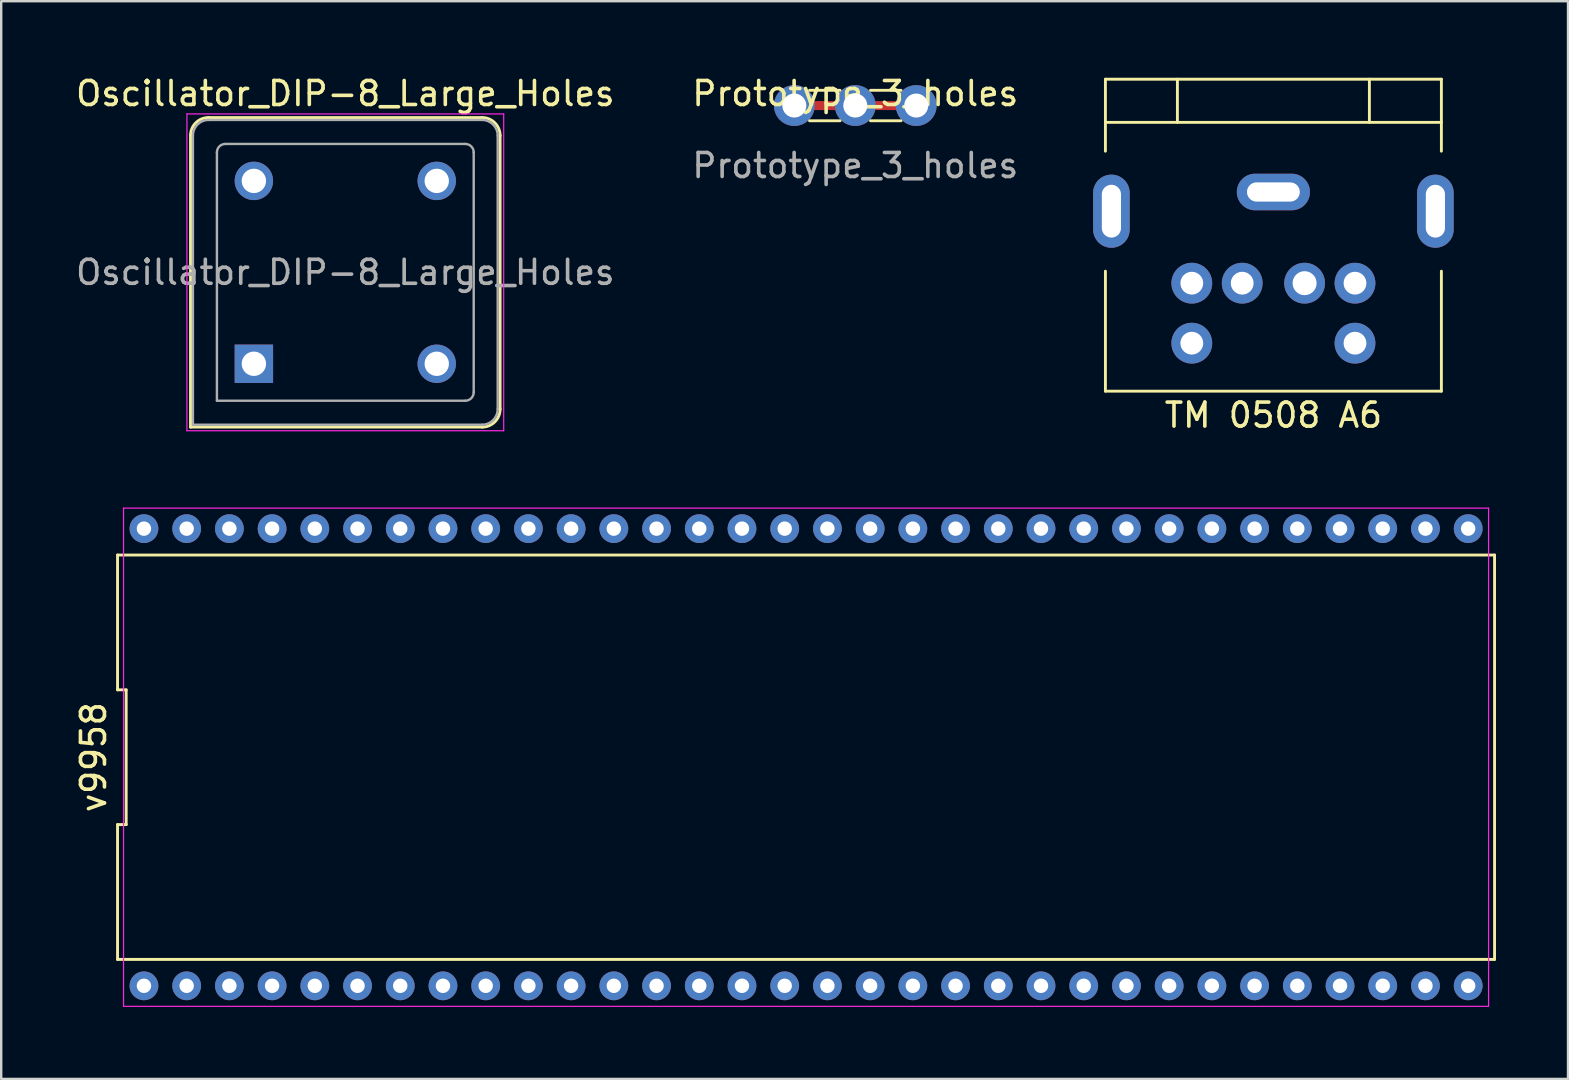
<source format=kicad_pcb>
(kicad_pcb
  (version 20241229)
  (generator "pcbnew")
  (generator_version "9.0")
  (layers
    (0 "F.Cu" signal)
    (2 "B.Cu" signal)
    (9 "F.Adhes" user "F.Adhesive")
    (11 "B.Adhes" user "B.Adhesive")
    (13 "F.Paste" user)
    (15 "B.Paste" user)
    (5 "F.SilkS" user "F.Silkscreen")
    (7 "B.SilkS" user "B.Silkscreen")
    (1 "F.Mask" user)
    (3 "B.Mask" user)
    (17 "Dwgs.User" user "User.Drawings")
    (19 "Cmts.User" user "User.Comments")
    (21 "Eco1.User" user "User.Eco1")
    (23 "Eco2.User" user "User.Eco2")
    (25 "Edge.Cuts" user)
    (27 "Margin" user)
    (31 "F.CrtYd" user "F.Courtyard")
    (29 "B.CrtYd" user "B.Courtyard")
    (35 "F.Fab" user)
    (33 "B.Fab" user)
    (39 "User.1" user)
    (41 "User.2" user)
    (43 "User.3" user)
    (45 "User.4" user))
  (footprint "v9958"
    (layer "F.Cu")
    (at 30.538 28.503)
    (property "Reference" "v9958" (at -29.69 0 90) (layer "F.SilkS") (effects (font (size 1 1) (thickness 0.15))))
    (fp_line (start -28.69 -8.425) (end -28.69 -2.808) (stroke (width 0.12) (type solid)) (layer "F.SilkS"))
    (fp_line (start -28.69 -2.808) (end -28.33 -2.808) (stroke (width 0.12) (type solid)) (layer "F.SilkS"))
    (fp_line (start -28.69 2.808) (end -28.69 8.425) (stroke (width 0.12) (type solid)) (layer "F.SilkS"))
    (fp_line (start -28.69 8.425) (end 28.69 8.425) (stroke (width 0.12) (type solid)) (layer "F.SilkS"))
    (fp_line (start -28.33 -2.808) (end -28.33 2.808) (stroke (width 0.12) (type solid)) (layer "F.SilkS"))
    (fp_line (start -28.33 2.808) (end -28.69 2.808) (stroke (width 0.12) (type solid)) (layer "F.SilkS"))
    (fp_line (start 28.69 -8.425) (end -28.69 -8.425) (stroke (width 0.12) (type solid)) (layer "F.SilkS"))
    (fp_line (start 28.69 8.425) (end 28.69 -8.425) (stroke (width 0.12) (type solid)) (layer "F.SilkS"))
    (fp_line (start -28.44 -10.38) (end 28.44 -10.38) (stroke (width 0.05) (type solid)) (layer "F.CrtYd"))
    (fp_line (start -28.44 10.38) (end -28.44 -10.38) (stroke (width 0.05) (type solid)) (layer "F.CrtYd"))
    (fp_line (start 28.44 -10.38) (end 28.44 10.38) (stroke (width 0.05) (type solid)) (layer "F.CrtYd"))
    (fp_line (start 28.44 10.38) (end -28.44 10.38) (stroke (width 0.05) (type solid)) (layer "F.CrtYd"))
    (pad "1" thru_hole circle (at -27.59 9.525) (size 1.2 1.2) (drill 0.6) (layers "*.Cu" "*.Mask"))
    (pad "2" thru_hole circle (at -25.81 9.525) (size 1.2 1.2) (drill 0.6) (layers "*.Cu" "*.Mask"))
    (pad "3" thru_hole circle (at -24.03 9.525) (size 1.2 1.2) (drill 0.6) (layers "*.Cu" "*.Mask"))
    (pad "4" thru_hole circle (at -22.25 9.525) (size 1.2 1.2) (drill 0.6) (layers "*.Cu" "*.Mask"))
    (pad "5" thru_hole circle (at -20.47 9.525) (size 1.2 1.2) (drill 0.6) (layers "*.Cu" "*.Mask"))
    (pad "6" thru_hole circle (at -18.69 9.525) (size 1.2 1.2) (drill 0.6) (layers "*.Cu" "*.Mask"))
    (pad "7" thru_hole circle (at -16.91 9.525) (size 1.2 1.2) (drill 0.6) (layers "*.Cu" "*.Mask"))
    (pad "8" thru_hole circle (at -15.13 9.525) (size 1.2 1.2) (drill 0.6) (layers "*.Cu" "*.Mask"))
    (pad "9" thru_hole circle (at -13.35 9.525) (size 1.2 1.2) (drill 0.6) (layers "*.Cu" "*.Mask"))
    (pad "10" thru_hole circle (at -11.57 9.525) (size 1.2 1.2) (drill 0.6) (layers "*.Cu" "*.Mask"))
    (pad "11" thru_hole circle (at -9.79 9.525) (size 1.2 1.2) (drill 0.6) (layers "*.Cu" "*.Mask"))
    (pad "12" thru_hole circle (at -8.01 9.525) (size 1.2 1.2) (drill 0.6) (layers "*.Cu" "*.Mask"))
    (pad "13" thru_hole circle (at -6.23 9.525) (size 1.2 1.2) (drill 0.6) (layers "*.Cu" "*.Mask"))
    (pad "14" thru_hole circle (at -4.45 9.525) (size 1.2 1.2) (drill 0.6) (layers "*.Cu" "*.Mask"))
    (pad "15" thru_hole circle (at -2.67 9.525) (size 1.2 1.2) (drill 0.6) (layers "*.Cu" "*.Mask"))
    (pad "16" thru_hole circle (at -0.89 9.525) (size 1.2 1.2) (drill 0.6) (layers "*.Cu" "*.Mask"))
    (pad "17" thru_hole circle (at 0.89 9.525) (size 1.2 1.2) (drill 0.6) (layers "*.Cu" "*.Mask"))
    (pad "18" thru_hole circle (at 2.67 9.525) (size 1.2 1.2) (drill 0.6) (layers "*.Cu" "*.Mask"))
    (pad "19" thru_hole circle (at 4.45 9.525) (size 1.2 1.2) (drill 0.6) (layers "*.Cu" "*.Mask"))
    (pad "20" thru_hole circle (at 6.23 9.525) (size 1.2 1.2) (drill 0.6) (layers "*.Cu" "*.Mask"))
    (pad "21" thru_hole circle (at 8.01 9.525) (size 1.2 1.2) (drill 0.6) (layers "*.Cu" "*.Mask"))
    (pad "22" thru_hole circle (at 9.79 9.525) (size 1.2 1.2) (drill 0.6) (layers "*.Cu" "*.Mask"))
    (pad "23" thru_hole circle (at 11.57 9.525) (size 1.2 1.2) (drill 0.6) (layers "*.Cu" "*.Mask"))
    (pad "24" thru_hole circle (at 13.35 9.525) (size 1.2 1.2) (drill 0.6) (layers "*.Cu" "*.Mask"))
    (pad "25" thru_hole circle (at 15.13 9.525) (size 1.2 1.2) (drill 0.6) (layers "*.Cu" "*.Mask"))
    (pad "26" thru_hole circle (at 16.91 9.525) (size 1.2 1.2) (drill 0.6) (layers "*.Cu" "*.Mask"))
    (pad "27" thru_hole circle (at 18.69 9.525) (size 1.2 1.2) (drill 0.6) (layers "*.Cu" "*.Mask"))
    (pad "28" thru_hole circle (at 20.47 9.525) (size 1.2 1.2) (drill 0.6) (layers "*.Cu" "*.Mask"))
    (pad "29" thru_hole circle (at 22.25 9.525) (size 1.2 1.2) (drill 0.6) (layers "*.Cu" "*.Mask"))
    (pad "30" thru_hole circle (at 24.03 9.525) (size 1.2 1.2) (drill 0.6) (layers "*.Cu" "*.Mask"))
    (pad "31" thru_hole circle (at 25.81 9.525) (size 1.2 1.2) (drill 0.6) (layers "*.Cu" "*.Mask"))
    (pad "32" thru_hole circle (at 27.59 9.525) (size 1.2 1.2) (drill 0.6) (layers "*.Cu" "*.Mask"))
    (pad "33" thru_hole circle (at 27.59 -9.525) (size 1.2 1.2) (drill 0.6) (layers "*.Cu" "*.Mask"))
    (pad "34" thru_hole circle (at 25.81 -9.525) (size 1.2 1.2) (drill 0.6) (layers "*.Cu" "*.Mask"))
    (pad "35" thru_hole circle (at 24.03 -9.525) (size 1.2 1.2) (drill 0.6) (layers "*.Cu" "*.Mask"))
    (pad "36" thru_hole circle (at 22.25 -9.525) (size 1.2 1.2) (drill 0.6) (layers "*.Cu" "*.Mask"))
    (pad "37" thru_hole circle (at 20.47 -9.525) (size 1.2 1.2) (drill 0.6) (layers "*.Cu" "*.Mask"))
    (pad "38" thru_hole circle (at 18.69 -9.525) (size 1.2 1.2) (drill 0.6) (layers "*.Cu" "*.Mask"))
    (pad "39" thru_hole circle (at 16.91 -9.525) (size 1.2 1.2) (drill 0.6) (layers "*.Cu" "*.Mask"))
    (pad "40" thru_hole circle (at 15.13 -9.525) (size 1.2 1.2) (drill 0.6) (layers "*.Cu" "*.Mask"))
    (pad "41" thru_hole circle (at 13.35 -9.525) (size 1.2 1.2) (drill 0.6) (layers "*.Cu" "*.Mask"))
    (pad "42" thru_hole circle (at 11.57 -9.525) (size 1.2 1.2) (drill 0.6) (layers "*.Cu" "*.Mask"))
    (pad "43" thru_hole circle (at 9.79 -9.525) (size 1.2 1.2) (drill 0.6) (layers "*.Cu" "*.Mask"))
    (pad "44" thru_hole circle (at 8.01 -9.525) (size 1.2 1.2) (drill 0.6) (layers "*.Cu" "*.Mask"))
    (pad "45" thru_hole circle (at 6.23 -9.525) (size 1.2 1.2) (drill 0.6) (layers "*.Cu" "*.Mask"))
    (pad "46" thru_hole circle (at 4.45 -9.525) (size 1.2 1.2) (drill 0.6) (layers "*.Cu" "*.Mask"))
    (pad "47" thru_hole circle (at 2.67 -9.525) (size 1.2 1.2) (drill 0.6) (layers "*.Cu" "*.Mask"))
    (pad "48" thru_hole circle (at 0.89 -9.525) (size 1.2 1.2) (drill 0.6) (layers "*.Cu" "*.Mask"))
    (pad "49" thru_hole circle (at -0.89 -9.525) (size 1.2 1.2) (drill 0.6) (layers "*.Cu" "*.Mask"))
    (pad "50" thru_hole circle (at -2.67 -9.525) (size 1.2 1.2) (drill 0.6) (layers "*.Cu" "*.Mask"))
    (pad "51" thru_hole circle (at -4.45 -9.525) (size 1.2 1.2) (drill 0.6) (layers "*.Cu" "*.Mask"))
    (pad "52" thru_hole circle (at -6.23 -9.525) (size 1.2 1.2) (drill 0.6) (layers "*.Cu" "*.Mask"))
    (pad "53" thru_hole circle (at -8.01 -9.525) (size 1.2 1.2) (drill 0.6) (layers "*.Cu" "*.Mask"))
    (pad "54" thru_hole circle (at -9.79 -9.525) (size 1.2 1.2) (drill 0.6) (layers "*.Cu" "*.Mask"))
    (pad "55" thru_hole circle (at -11.57 -9.525) (size 1.2 1.2) (drill 0.6) (layers "*.Cu" "*.Mask"))
    (pad "56" thru_hole circle (at -13.35 -9.525) (size 1.2 1.2) (drill 0.6) (layers "*.Cu" "*.Mask"))
    (pad "57" thru_hole circle (at -15.13 -9.525) (size 1.2 1.2) (drill 0.6) (layers "*.Cu" "*.Mask"))
    (pad "58" thru_hole circle (at -16.91 -9.525) (size 1.2 1.2) (drill 0.6) (layers "*.Cu" "*.Mask"))
    (pad "59" thru_hole circle (at -18.69 -9.525) (size 1.2 1.2) (drill 0.6) (layers "*.Cu" "*.Mask"))
    (pad "60" thru_hole circle (at -20.47 -9.525) (size 1.2 1.2) (drill 0.6) (layers "*.Cu" "*.Mask"))
    (pad "61" thru_hole circle (at -22.25 -9.525) (size 1.2 1.2) (drill 0.6) (layers "*.Cu" "*.Mask"))
    (pad "62" thru_hole circle (at -24.03 -9.525) (size 1.2 1.2) (drill 0.6) (layers "*.Cu" "*.Mask"))
    (pad "63" thru_hole circle (at -25.81 -9.525) (size 1.2 1.2) (drill 0.6) (layers "*.Cu" "*.Mask"))
    (pad "64" thru_hole circle (at -27.59 -9.525) (size 1.2 1.2) (drill 0.6) (layers "*.Cu" "*.Mask")))
  (footprint "Prototype_3_holes"
    (layer "F.Cu")
    (at 32.589 1.348)
    (property "Reference" "Prototype_3_holes" (at 0 -0.5 0) (unlocked yes) (layer "F.SilkS") (effects (font (size 1 1) (thickness 0.15))))
    (attr through_hole)
    (fp_rect (start -2.54 -0.127) (end 2.54 0.127) (stroke (width 0.12) (type solid)) (fill yes) (layer "F.Cu"))
    (fp_line (start -1.905 -0.635) (end -0.635 -0.635) (stroke (width 0.12) (type solid)) (layer "F.SilkS"))
    (fp_line (start -1.905 0.635) (end -0.635 0.635) (stroke (width 0.12) (type solid)) (layer "F.SilkS"))
    (fp_line (start 0.635 -0.635) (end 1.905 -0.635) (stroke (width 0.12) (type solid)) (layer "F.SilkS"))
    (fp_line (start 0.635 0.635) (end 1.905 0.635) (stroke (width 0.12) (type solid)) (layer "F.SilkS"))
    (fp_text user "${REFERENCE}" (at 0 2.5 0) (unlocked yes) (layer "F.Fab") (effects (font (size 1 1) (thickness 0.15))))
    (pad "1" thru_hole circle (at -2.54 0) (size 1.7 1.7) (drill 1) (layers "*.Cu" "*.Mask"))
    (pad "1" thru_hole circle (at 0 0) (size 1.7 1.7) (drill 1) (layers "*.Cu" "*.Mask"))
    (pad "1" thru_hole circle (at 2.54 0) (size 1.7 1.7) (drill 1) (layers "*.Cu" "*.Mask")))
  (footprint "TM 0508 A6"
    (layer "F.Cu")
    (at 50.012 0.25)
    (property "Reference" "TM 0508 A6" (at 0 14 0) (layer "F.SilkS") (effects (font (size 1 1) (thickness 0.15))))
    (attr through_hole)
    (fp_line (start -7 0) (end -7 3) (stroke (width 0.12) (type solid)) (layer "F.SilkS"))
    (fp_line (start -7 0) (end 7 0) (stroke (width 0.12) (type solid)) (layer "F.SilkS"))
    (fp_line (start -7 1.8) (end 7 1.8) (stroke (width 0.12) (type solid)) (layer "F.SilkS"))
    (fp_line (start -7 8) (end -7 13) (stroke (width 0.12) (type solid)) (layer "F.SilkS"))
    (fp_line (start -7 13) (end 7 13) (stroke (width 0.12) (type solid)) (layer "F.SilkS"))
    (fp_line (start -4 0) (end -4 1.8) (stroke (width 0.12) (type solid)) (layer "F.SilkS"))
    (fp_line (start 4 0) (end 4 1.8) (stroke (width 0.12) (type solid)) (layer "F.SilkS"))
    (fp_line (start 7 0) (end 7 3) (stroke (width 0.12) (type solid)) (layer "F.SilkS"))
    (fp_line (start 7 13) (end 7 8) (stroke (width 0.12) (type solid)) (layer "F.SilkS"))
    (pad "1" thru_hole circle (at 1.3 8.5) (size 1.7 1.7) (drill 1) (layers "*.Cu" "*.Mask"))
    (pad "2" thru_hole circle (at -1.3 8.5) (size 1.7 1.7) (drill 0.95) (layers "*.Cu" "*.Mask"))
    (pad "3" thru_hole circle (at 3.4 8.5) (size 1.7 1.7) (drill 0.95) (layers "*.Cu" "*.Mask"))
    (pad "4" thru_hole circle (at -3.4 8.5) (size 1.7 1.7) (drill 0.95) (layers "*.Cu" "*.Mask"))
    (pad "5" thru_hole circle (at 3.4 11) (size 1.7 1.7) (drill 0.95) (layers "*.Cu" "*.Mask"))
    (pad "6" thru_hole circle (at -3.4 11) (size 1.7 1.7) (drill 0.95) (layers "*.Cu" "*.Mask"))
    (pad "GND" thru_hole oval (at -6.75 5.5) (size 1.524 3.048) (drill oval 0.8 2.2) (layers "*.Cu" "*.Mask"))
    (pad "GND" thru_hole oval (at 0 4.7) (size 3.048 1.524) (drill oval 2.2 0.8) (layers "*.Cu" "*.Mask"))
    (pad "GND" thru_hole oval (at 6.75 5.5) (size 1.524 3.048) (drill oval 0.8 2.2) (layers "*.Cu" "*.Mask")))
  (footprint "Oscillator_DIP-8_Large_Holes"
    (layer "F.Cu")
    (at 7.529 12.108)
    (property "Reference" "Oscillator_DIP-8_Large_Holes" (at 3.81 -11.26 0) (layer "F.SilkS") (effects (font (size 1 1) (thickness 0.15))))
    (attr through_hole)
    (fp_line (start -2.64 -9.51) (end -2.64 2.64) (stroke (width 0.12) (type solid)) (layer "F.SilkS"))
    (fp_line (start -2.64 2.64) (end 9.51 2.64) (stroke (width 0.12) (type solid)) (layer "F.SilkS"))
    (fp_line (start 9.51 -10.26) (end -1.89 -10.26) (stroke (width 0.12) (type solid)) (layer "F.SilkS"))
    (fp_line (start 10.26 1.89) (end 10.26 -9.51) (stroke (width 0.12) (type solid)) (layer "F.SilkS"))
    (fp_arc (start -2.64 -9.51) (mid -2.42033 -10.04033) (end -1.89 -10.26) (stroke (width 0.12) (type solid)) (layer "F.SilkS"))
    (fp_arc (start 9.51 -10.26) (mid 10.04033 -10.04033) (end 10.26 -9.51) (stroke (width 0.12) (type solid)) (layer "F.SilkS"))
    (fp_arc (start 10.26 1.89) (mid 10.04033 2.42033) (end 9.51 2.64) (stroke (width 0.12) (type solid)) (layer "F.SilkS"))
    (fp_line (start -2.79 -10.41) (end -2.79 2.79) (stroke (width 0.05) (type solid)) (layer "F.CrtYd"))
    (fp_line (start -2.79 2.79) (end 10.41 2.79) (stroke (width 0.05) (type solid)) (layer "F.CrtYd"))
    (fp_line (start 10.41 -10.41) (end -2.79 -10.41) (stroke (width 0.05) (type solid)) (layer "F.CrtYd"))
    (fp_line (start 10.41 2.79) (end 10.41 -10.41) (stroke (width 0.05) (type solid)) (layer "F.CrtYd"))
    (fp_line (start -2.54 2.54) (end -2.54 -9.51) (stroke (width 0.1) (type solid)) (layer "F.Fab"))
    (fp_line (start -2.54 2.54) (end 9.51 2.54) (stroke (width 0.1) (type solid)) (layer "F.Fab"))
    (fp_line (start -1.89 -10.16) (end 9.51 -10.16) (stroke (width 0.1) (type solid)) (layer "F.Fab"))
    (fp_line (start -1.54 1.54) (end -1.54 -8.81) (stroke (width 0.1) (type solid)) (layer "F.Fab"))
    (fp_line (start -1.54 1.54) (end 8.81 1.54) (stroke (width 0.1) (type solid)) (layer "F.Fab"))
    (fp_line (start -1.19 -9.16) (end 8.81 -9.16) (stroke (width 0.1) (type solid)) (layer "F.Fab"))
    (fp_line (start 9.16 1.19) (end 9.16 -8.81) (stroke (width 0.1) (type solid)) (layer "F.Fab"))
    (fp_line (start 10.16 -9.51) (end 10.16 1.89) (stroke (width 0.1) (type solid)) (layer "F.Fab"))
    (fp_arc (start -2.54 -9.51) (mid -2.349619 -9.969619) (end -1.89 -10.16) (stroke (width 0.1) (type solid)) (layer "F.Fab"))
    (fp_arc (start -1.54 -8.81) (mid -1.437487 -9.057487) (end -1.19 -9.16) (stroke (width 0.1) (type solid)) (layer "F.Fab"))
    (fp_arc (start 8.81 -9.16) (mid 9.057487 -9.057487) (end 9.16 -8.81) (stroke (width 0.1) (type solid)) (layer "F.Fab"))
    (fp_arc (start 9.16 1.19) (mid 9.057487 1.437487) (end 8.81 1.54) (stroke (width 0.1) (type solid)) (layer "F.Fab"))
    (fp_arc (start 9.51 -10.16) (mid 9.969619 -9.969619) (end 10.16 -9.51) (stroke (width 0.1) (type solid)) (layer "F.Fab"))
    (fp_arc (start 10.16 1.89) (mid 9.969619 2.349619) (end 9.51 2.54) (stroke (width 0.1) (type solid)) (layer "F.Fab"))
    (fp_text user "${REFERENCE}" (at 3.81 -3.81 0) (layer "F.Fab") (effects (font (size 1 1) (thickness 0.15))))
    (pad "1" thru_hole rect (at 0 0) (size 1.6 1.6) (drill 1.016) (layers "*.Cu" "*.Mask"))
    (pad "4" thru_hole circle (at 7.62 0) (size 1.6 1.6) (drill 1.016) (layers "*.Cu" "*.Mask"))
    (pad "5" thru_hole circle (at 7.62 -7.62) (size 1.6 1.6) (drill 1.016) (layers "*.Cu" "*.Mask"))
    (pad "8" thru_hole circle (at 0 -7.62) (size 1.6 1.6) (drill 1.016) (layers "*.Cu" "*.Mask")))
  (gr_rect
    (start -3 -3)
    (end 62.288 41.908)
    (stroke (width 0.1) (type default))
    (fill no)
    (layer "Edge.Cuts")))
</source>
